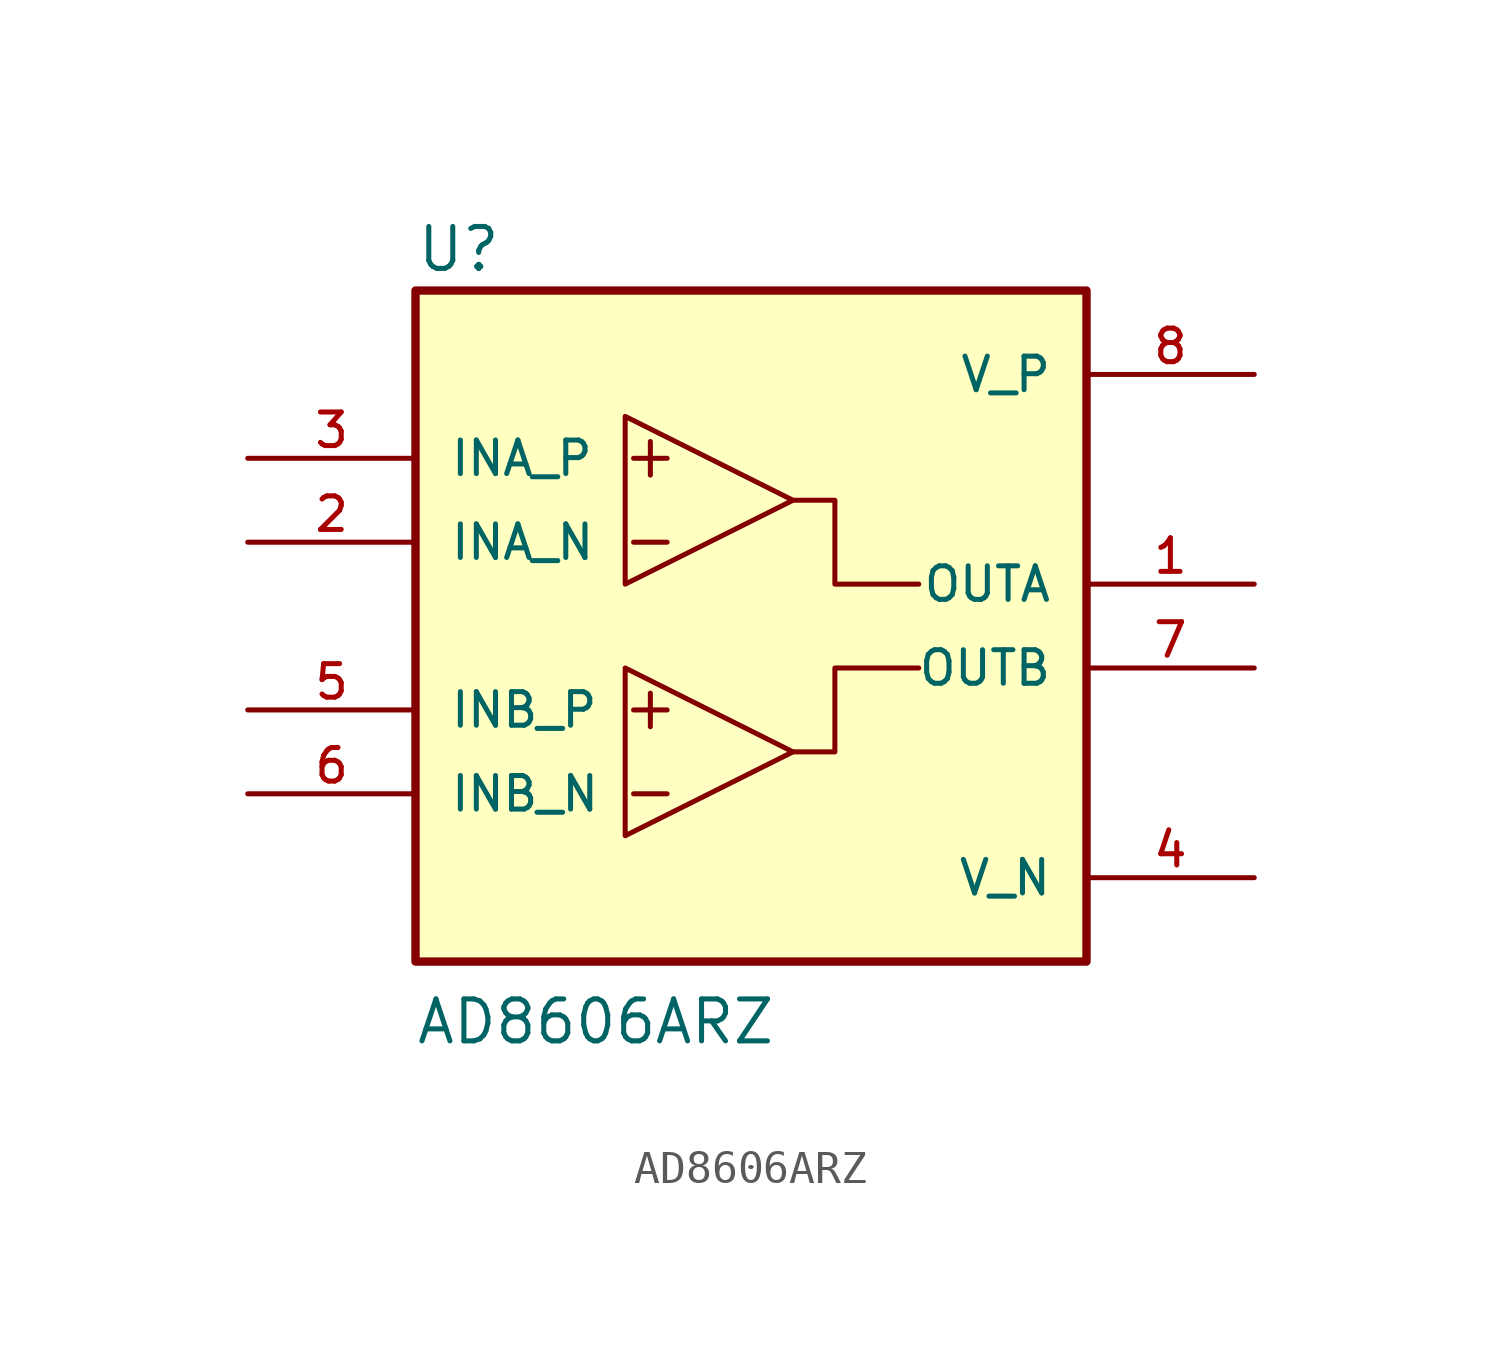
<source format=kicad_sym>
(kicad_symbol_lib
  (version 20211014)
  (generator kicad_symbol_editor)
  (symbol "AD8606ARZ"
    (pin_names
      (offset 1.016))
    (property "Reference" "U"
      (at -10.16 10.668 0)
      (effects (font (size 1.27 1.27)) (justify left bottom)))
    (property "Value" "AD8606ARZ"
      (at -10.185 -12.725 0)
      (effects (font (size 1.27 1.27)) (justify left bottom)))
    (property "ki_locked" ""
      (at 0 0 0)
      (effects (font (size 1.27 1.27))))
    (symbol "AD8606ARZ_0_0"
      (rectangle (start -10.16 -10.16) (end 10.16 10.16) (stroke (width 0.254) (type default) (color 0 0 0 0)) (fill (type background)))
      (pin input line (at 15.24 1.27 180) (length 5.08) (name "OUTA" (effects (font (size 1.016 1.016)))) (number "1" (effects (font (size 1.016 1.016)))))
      (pin input line (at -15.24 2.54 0) (length 5.08) (name "INA_N" (effects (font (size 1.016 1.016)))) (number "2" (effects (font (size 1.016 1.016)))))
      (pin input line (at -15.24 5.08 0) (length 5.08) (name "INA_P" (effects (font (size 1.016 1.016)))) (number "3" (effects (font (size 1.016 1.016)))))
      (pin power_in line (at 15.24 -7.62 180) (length 5.08) (name "V_N" (effects (font (size 1.016 1.016)))) (number "4" (effects (font (size 1.016 1.016)))))
      (pin input line (at -15.24 -2.54 0) (length 5.08) (name "INB_P" (effects (font (size 1.016 1.016)))) (number "5" (effects (font (size 1.016 1.016)))))
      (pin input line (at -15.24 -5.08 0) (length 5.08) (name "INB_N" (effects (font (size 1.016 1.016)))) (number "6" (effects (font (size 1.016 1.016)))))
      (pin input line (at 15.24 -1.27 180) (length 5.08) (name "OUTB" (effects (font (size 1.016 1.016)))) (number "7" (effects (font (size 1.016 1.016)))))
      (pin power_in line (at 15.24 7.62 180) (length 5.08) (name "V_P" (effects (font (size 1.016 1.016)))) (number "8" (effects (font (size 1.016 1.016))))))
    (symbol "AD8606ARZ_1_1"
      (polyline (pts (xy -3.556 -5.08) (xy -2.54 -5.08)) (stroke (width 0) (type default) (color 0 0 0 0)) (fill (type none)))
      (polyline (pts (xy -3.556 -2.54) (xy -2.54 -2.54)) (stroke (width 0) (type default) (color 0 0 0 0)) (fill (type none)))
      (polyline (pts (xy -3.556 2.54) (xy -2.54 2.54)) (stroke (width 0) (type default) (color 0 0 0 0)) (fill (type none)))
      (polyline (pts (xy -3.556 5.08) (xy -2.54 5.08)) (stroke (width 0) (type default) (color 0 0 0 0)) (fill (type none)))
      (polyline (pts (xy -3.048 -2.032) (xy -3.048 -3.048)) (stroke (width 0) (type default) (color 0 0 0 0)) (fill (type none)))
      (polyline (pts (xy -3.048 5.588) (xy -3.048 4.572)) (stroke (width 0) (type default) (color 0 0 0 0)) (fill (type none)))
      (polyline (pts (xy -3.81 -1.27) (xy -3.81 -6.35) (xy 1.27 -3.81) (xy -3.81 -1.27)) (stroke (width 0) (type default) (color 0 0 0 0)) (fill (type none)))
      (polyline (pts (xy -3.81 6.35) (xy -3.81 1.27) (xy 1.27 3.81) (xy -3.81 6.35)) (stroke (width 0) (type default) (color 0 0 0 0)) (fill (type none)))
      (polyline (pts (xy 1.27 -3.81) (xy 2.54 -3.81) (xy 2.54 -1.27) (xy 5.08 -1.27)) (stroke (width 0) (type default) (color 0 0 0 0)) (fill (type none)))
      (polyline (pts (xy 1.27 3.81) (xy 2.54 3.81) (xy 2.54 1.27) (xy 5.08 1.27)) (stroke (width 0) (type default) (color 0 0 0 0)) (fill (type none))))))
</source>
